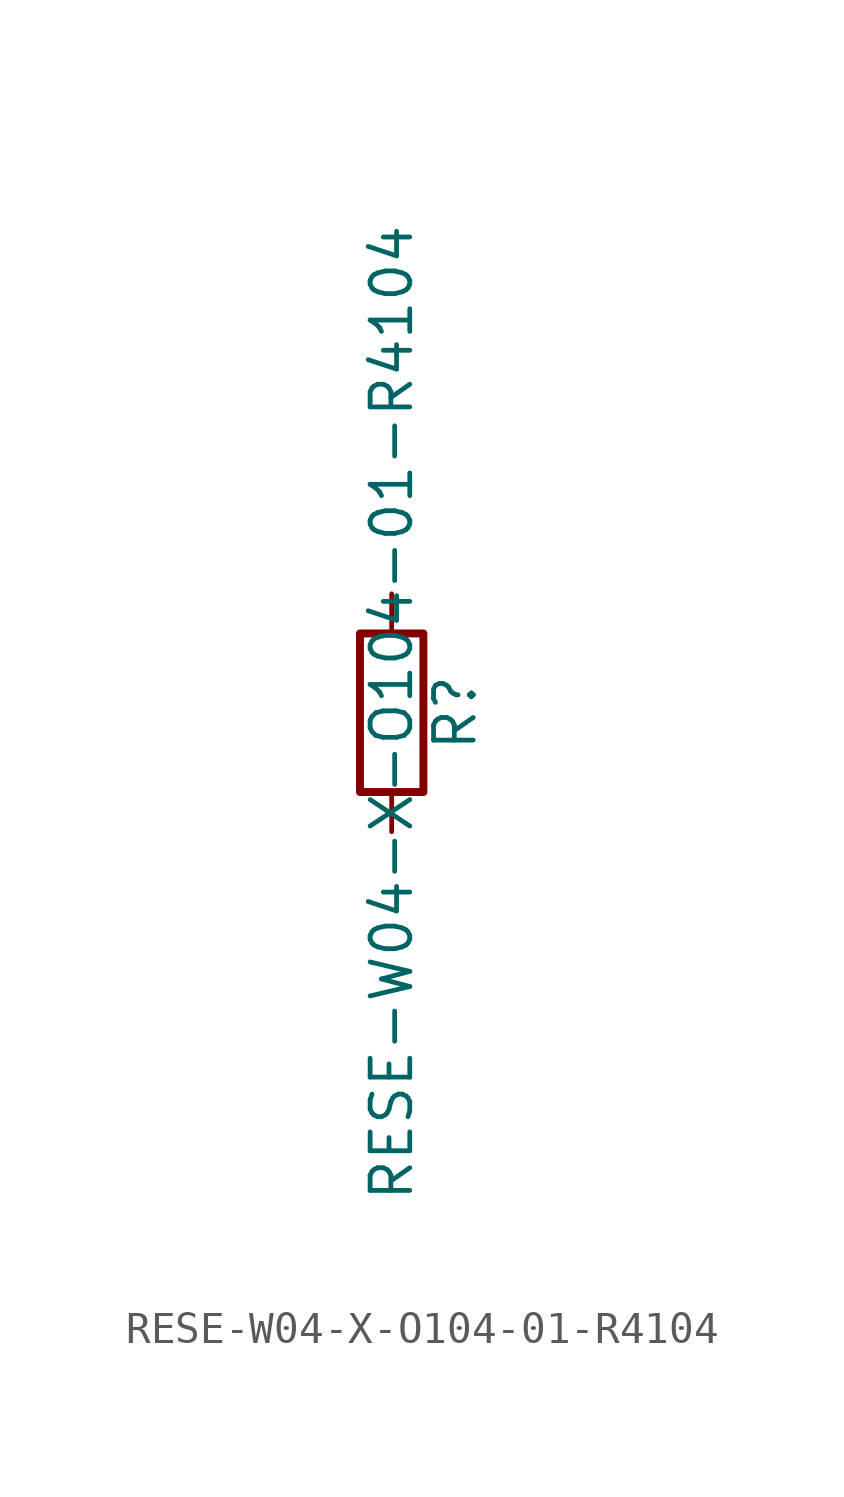
<source format=kicad_sym>
(kicad_symbol_lib
  (version 20211014)
  (generator kicad_symbol_editor)
  (symbol "RESE-W04-X-O104-01-R4104"
    (pin_numbers hide)
    (pin_names
      (offset 0))
    (property "Reference" "R"
      (at 2.032 0 90)
      (effects (font (size 1.27 1.27))))
    (property "Value" "RESE-W04-X-O104-01-R4104"
      (at 0 0 90)
      (effects (font (size 1.27 1.27))))
    (symbol "RESE-W04-X-O104-01-R4104_0_1"
      (rectangle (start -1.016 -2.54) (end 1.016 2.54) (stroke (width 0.254) (type default) (color 0 0 0 0)) (fill (type none))))
    (symbol "RESE-W04-X-O104-01-R4104_1_1"
      (pin passive line (at 0 3.81 270) (length 1.27) (name "~" (effects (font (size 1.27 1.27)))) (number "1" (effects (font (size 1.27 1.27)))))
      (pin passive line (at 0 -3.81 90) (length 1.27) (name "~" (effects (font (size 1.27 1.27)))) (number "2" (effects (font (size 1.27 1.27))))))))
</source>
